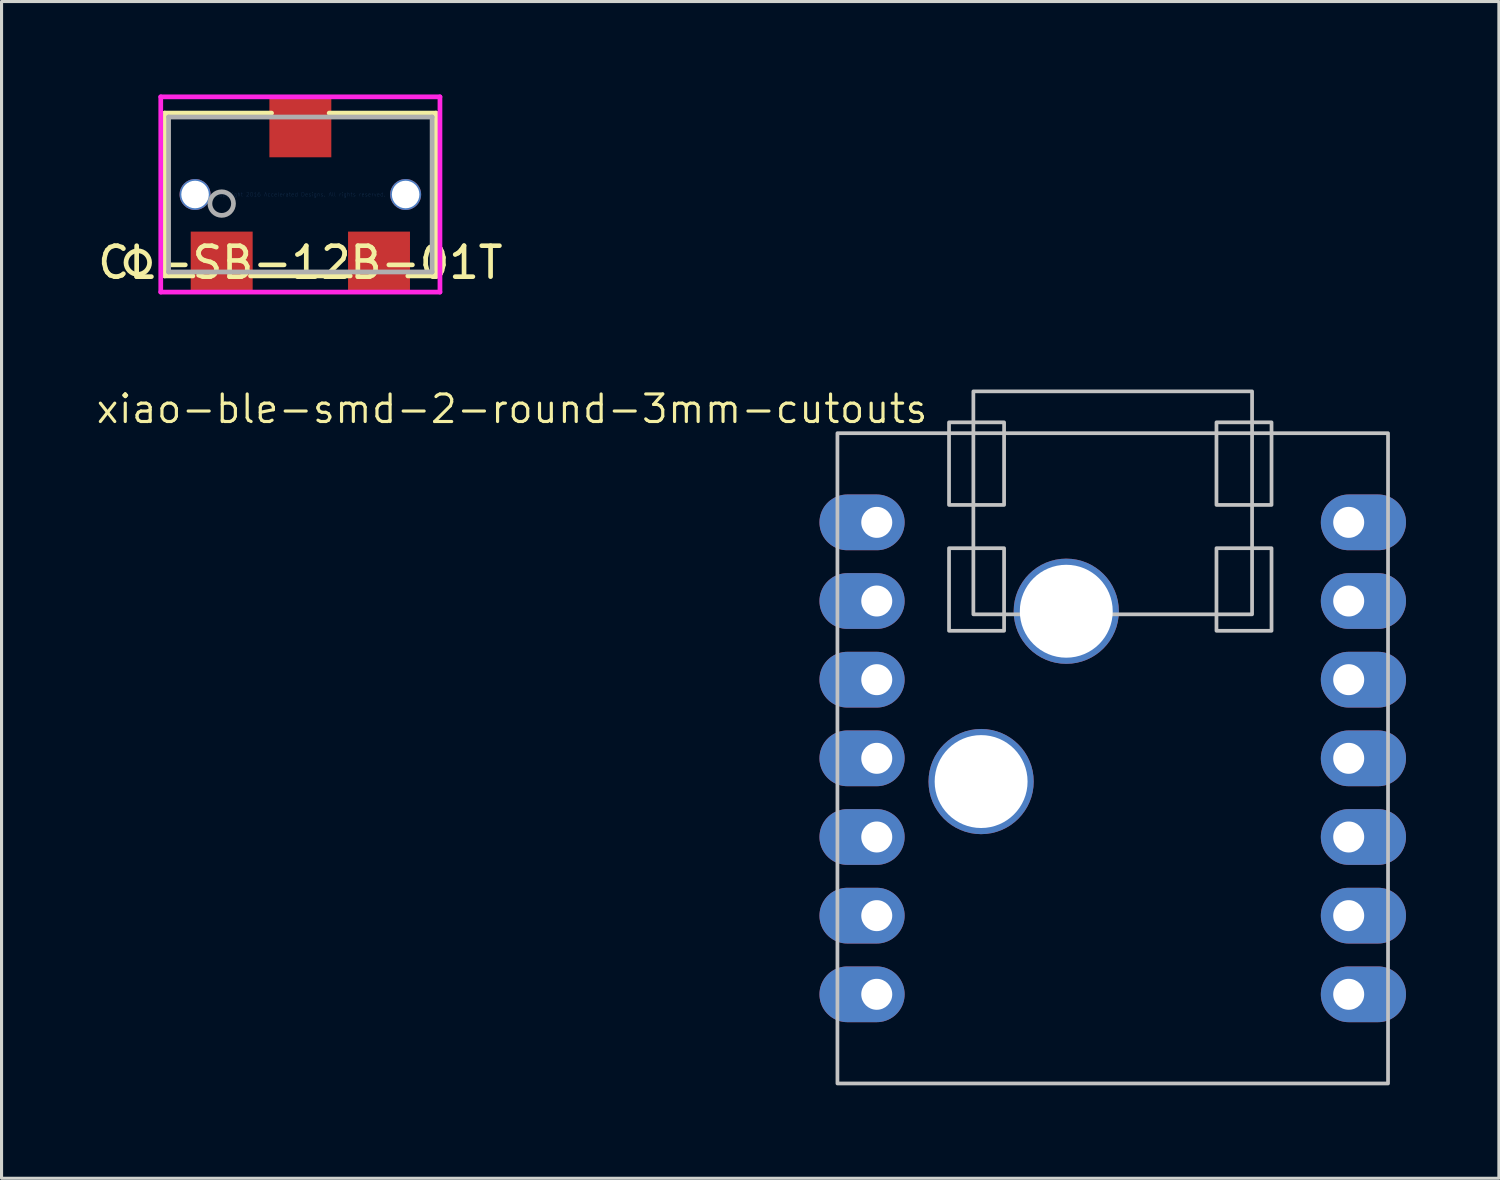
<source format=kicad_pcb>
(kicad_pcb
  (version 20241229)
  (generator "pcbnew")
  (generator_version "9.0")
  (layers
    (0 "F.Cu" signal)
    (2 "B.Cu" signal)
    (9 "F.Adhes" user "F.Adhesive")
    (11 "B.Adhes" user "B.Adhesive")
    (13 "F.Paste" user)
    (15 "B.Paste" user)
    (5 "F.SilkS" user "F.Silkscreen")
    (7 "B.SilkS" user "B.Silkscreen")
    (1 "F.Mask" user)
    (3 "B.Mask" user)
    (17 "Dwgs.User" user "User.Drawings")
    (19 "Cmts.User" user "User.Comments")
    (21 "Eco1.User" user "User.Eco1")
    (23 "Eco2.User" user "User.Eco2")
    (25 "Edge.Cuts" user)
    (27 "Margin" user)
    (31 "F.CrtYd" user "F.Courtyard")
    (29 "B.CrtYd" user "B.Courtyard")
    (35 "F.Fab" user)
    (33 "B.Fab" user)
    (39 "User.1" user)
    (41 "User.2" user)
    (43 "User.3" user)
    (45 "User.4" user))
  (footprint "xiao-ble-smd-2-round-3mm-cutouts"
    (layer "F.Cu")
    (at 32.882 21.438)
    (property "Reference" "xiao-ble-smd-2-round-3mm-cutouts" (at -19.399 -11.283 0) (layer "F.SilkS") (effects (font (size 0.889 0.889) (thickness 0.102))))
    (attr smd exclude_from_pos_files)
    (fp_rect (start -8.89 10.5) (end 8.89 -10.5) (stroke (width 0.12) (type solid)) (fill no) (layer "Dwgs.User"))
    (fp_rect (start -5.286 -6.786) (end -3.508 -4.119) (stroke (width 0.12) (type solid)) (fill no) (layer "Dwgs.User"))
    (fp_rect (start -4.5 -11.85) (end 4.5 -4.65) (stroke (width 0.12) (type solid)) (fill no) (layer "Dwgs.User"))
    (fp_rect (start -3.508 -8.183) (end -5.286 -10.85) (stroke (width 0.12) (type solid)) (fill no) (layer "Dwgs.User"))
    (fp_rect (start 3.35 -10.85) (end 5.128 -8.183) (stroke (width 0.12) (type solid)) (fill no) (layer "Dwgs.User"))
    (fp_rect (start 3.35 -6.786) (end 5.128 -4.119) (stroke (width 0.12) (type solid)) (fill no) (layer "Dwgs.User"))
    (pad "1" thru_hole oval (at -7.62 -7.62) (size 2.75 1.8) (drill 1 (offset -0.475 0)) (layers "*.Cu" "*.Mask"))
    (pad "2" thru_hole oval (at -7.62 -5.08) (size 2.75 1.8) (drill 1 (offset -0.475 0)) (layers "*.Cu" "*.Mask"))
    (pad "3" thru_hole oval (at -7.62 -2.54) (size 2.75 1.8) (drill 1 (offset -0.475 0)) (layers "*.Cu" "*.Mask"))
    (pad "4" thru_hole oval (at -7.62 0) (size 2.75 1.8) (drill 1 (offset -0.475 0)) (layers "*.Cu" "*.Mask"))
    (pad "5" thru_hole oval (at -7.62 2.54) (size 2.75 1.8) (drill 1 (offset -0.475 0)) (layers "*.Cu" "*.Mask"))
    (pad "6" thru_hole oval (at -7.62 5.08) (size 2.75 1.8) (drill 1 (offset -0.475 0)) (layers "*.Cu" "*.Mask"))
    (pad "7" thru_hole oval (at -7.62 7.62) (size 2.75 1.8) (drill 1 (offset -0.475 0)) (layers "*.Cu" "*.Mask"))
    (pad "8" thru_hole oval (at 7.62 7.62 180) (size 2.75 1.8) (drill 1 (offset -0.475 0)) (layers "*.Cu" "*.Mask"))
    (pad "9" thru_hole oval (at 7.62 5.08 180) (size 2.75 1.8) (drill 1 (offset -0.475 0)) (layers "*.Cu" "*.Mask"))
    (pad "10" thru_hole oval (at 7.62 2.54 180) (size 2.75 1.8) (drill 1 (offset -0.475 0)) (layers "*.Cu" "*.Mask"))
    (pad "11" thru_hole oval (at 7.62 0 180) (size 2.75 1.8) (drill 1 (offset -0.475 0)) (layers "*.Cu" "*.Mask"))
    (pad "12" thru_hole oval (at 7.62 -2.54 180) (size 2.75 1.8) (drill 1 (offset -0.475 0)) (layers "*.Cu" "*.Mask"))
    (pad "13" thru_hole oval (at 7.62 -5.08 180) (size 2.75 1.8) (drill 1 (offset -0.475 0)) (layers "*.Cu" "*.Mask"))
    (pad "14" thru_hole oval (at 7.62 -7.62 180) (size 2.75 1.8) (drill 1 (offset -0.475 0)) (layers "*.Cu" "*.Mask"))
    (pad "17" thru_hole circle (at -1.5 -4.75 90) (size 3.397 3.397) (drill 3) (layers "*.Cu" "*.Mask"))
    (pad "19" thru_hole circle (at -4.25 0.75 180) (size 3.397 3.397) (drill 3) (layers "*.Cu" "*.Mask")))
  (footprint "CL-SB-12B-01T"
    (layer "F.Cu")
    (at 6.649 3.231)
    (property "Reference" "CL-SB-12B-01T" (at 0 2.198 0) (layer "F.SilkS") (effects (font (size 1 1) (thickness 0.15))))
    (attr through_hole)
    (fp_line (start -4.381 -2.629) (end -4.381 2.629) (stroke (width 0.152) (type solid)) (layer "F.SilkS"))
    (fp_line (start -4.381 2.629) (end -3.47 2.629) (stroke (width 0.152) (type solid)) (layer "F.SilkS"))
    (fp_line (start -1.61 2.629) (end 1.61 2.629) (stroke (width 0.152) (type solid)) (layer "F.SilkS"))
    (fp_line (start -0.93 -2.629) (end -4.381 -2.629) (stroke (width 0.152) (type solid)) (layer "F.SilkS"))
    (fp_line (start 3.47 2.629) (end 4.381 2.629) (stroke (width 0.152) (type solid)) (layer "F.SilkS"))
    (fp_line (start 4.381 -2.629) (end 0.93 -2.629) (stroke (width 0.152) (type solid)) (layer "F.SilkS"))
    (fp_line (start 4.381 2.629) (end 4.381 -2.629) (stroke (width 0.152) (type solid)) (layer "F.SilkS"))
    (fp_circle (center -5.25 2.198) (end -4.869 2.198) (stroke (width 0.152) (type solid)) (fill no) (layer "F.SilkS"))
    (fp_line (start -4.508 -3.154) (end -4.508 3.151) (stroke (width 0.152) (type solid)) (layer "F.CrtYd"))
    (fp_line (start -4.508 3.151) (end 4.508 3.151) (stroke (width 0.152) (type solid)) (layer "F.CrtYd"))
    (fp_line (start 4.508 -3.154) (end -4.508 -3.154) (stroke (width 0.152) (type solid)) (layer "F.CrtYd"))
    (fp_line (start 4.508 3.151) (end 4.508 -3.154) (stroke (width 0.152) (type solid)) (layer "F.CrtYd"))
    (fp_line (start -4.255 -2.502) (end -4.255 2.502) (stroke (width 0.152) (type solid)) (layer "F.Fab"))
    (fp_line (start -4.255 2.502) (end 4.255 2.502) (stroke (width 0.152) (type solid)) (layer "F.Fab"))
    (fp_line (start 4.255 -2.502) (end -4.255 -2.502) (stroke (width 0.152) (type solid)) (layer "F.Fab"))
    (fp_line (start 4.255 2.502) (end 4.255 -2.502) (stroke (width 0.152) (type solid)) (layer "F.Fab"))
    (fp_circle (center -2.54 0.293) (end -2.159 0.293) (stroke (width 0.152) (type solid)) (fill no) (layer "F.Fab"))
    (fp_text user "Copyright 2016 Accelerated Designs. All rights reserved." (at 0 0 0) (layer "Cmts.User") (effects (font (size 0.127 0.127) (thickness 0.002))))
    (pad "" np_thru_hole circle (at -3.4 0) (size 1 1) (drill 0.889) (layers "*.Cu" "*.Mask"))
    (pad "" np_thru_hole circle (at 3.4 0) (size 1 1) (drill 0.889) (layers "*.Cu" "*.Mask"))
    (pad "1" smd rect (at -2.54 2.198) (size 2 2) (layers "F.Cu" "F.Mask" "F.Paste"))
    (pad "2" smd rect (at 0 -2.202) (size 2 2) (layers "F.Cu" "F.Mask" "F.Paste"))
    (pad "3" smd rect (at 2.54 2.198) (size 2 2) (layers "F.Cu" "F.Mask" "F.Paste")))
  (gr_rect
    (start -3 -3)
    (end 45.352 34.998)
    (stroke (width 0.1) (type default))
    (fill no)
    (layer "Edge.Cuts")))
</source>
